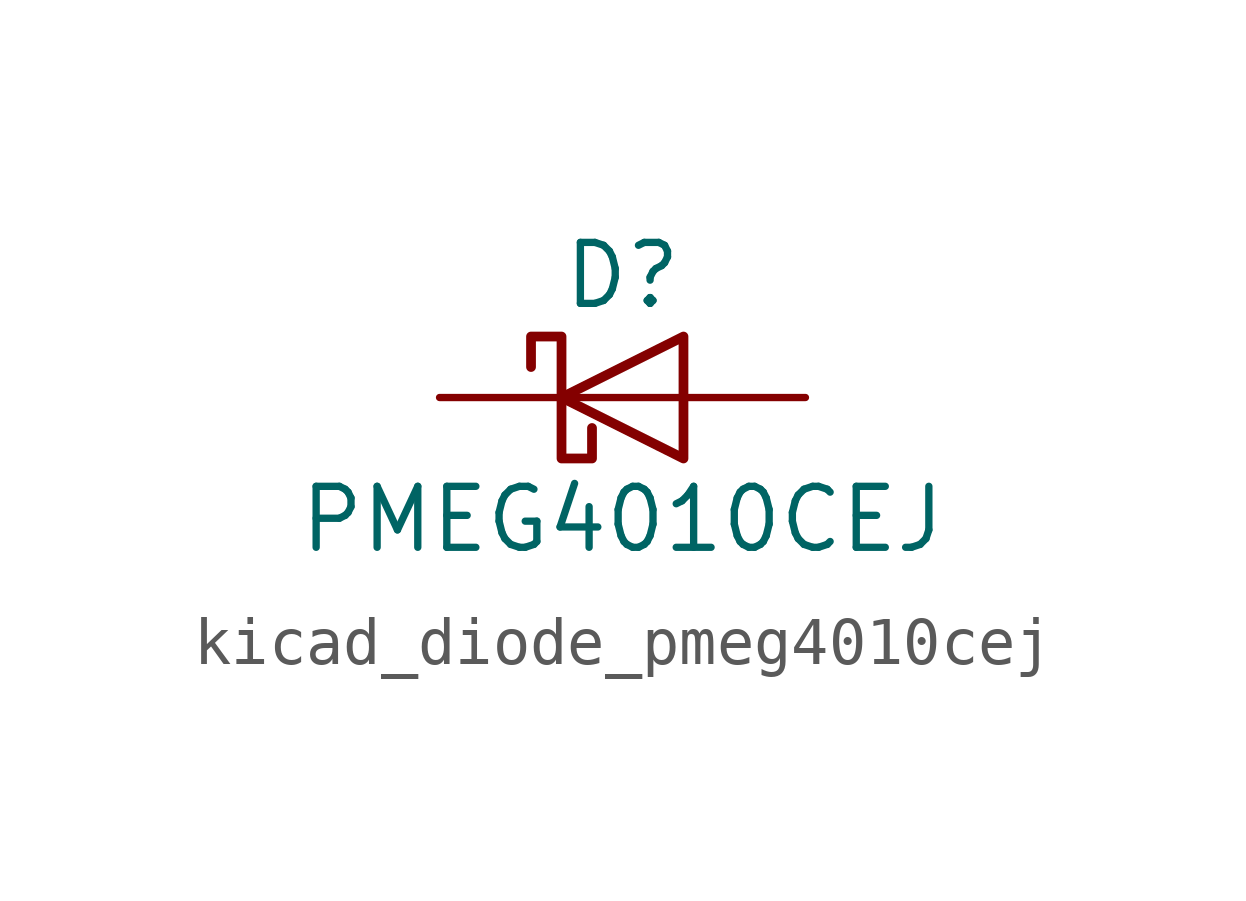
<source format=kicad_sym>
(kicad_symbol_lib
  (version 20220914)
  (generator kicad_symbol_editor)
  (symbol "kicad_diode_pmeg4010cej"
    (pin_numbers hide)
    (pin_names hide)
    (property "Reference" "D"
      (at 0 2.54 0)
      (effects (font (size 1.27 1.27))))
    (property "Value" "PMEG4010CEJ"
      (at 0 -2.54 0)
      (effects (font (size 1.27 1.27))))
    (symbol "kicad_diode_pmeg4010cej_0_1"
      (polyline (pts (xy 1.27 0) (xy -1.27 0)) (stroke (width 0) (type default)) (fill (type none)))
      (polyline (pts (xy 1.27 1.27) (xy 1.27 -1.27) (xy -1.27 0) (xy 1.27 1.27)) (stroke (width 0.203) (type default)) (fill (type none)))
      (polyline (pts (xy -1.905 0.635) (xy -1.905 1.27) (xy -1.27 1.27) (xy -1.27 -1.27) (xy -0.635 -1.27) (xy -0.635 -0.635)) (stroke (width 0.203) (type default)) (fill (type none))))
    (symbol "kicad_diode_pmeg4010cej_1_1"
      (pin passive line (at -3.81 0 0) (length 2.54) (name "K" (effects (font (size 1.27 1.27)))) (number "1" (effects (font (size 1.27 1.27)))))
      (pin passive line (at 3.81 0 180) (length 2.54) (name "A" (effects (font (size 1.27 1.27)))) (number "2" (effects (font (size 1.27 1.27))))))))
</source>
